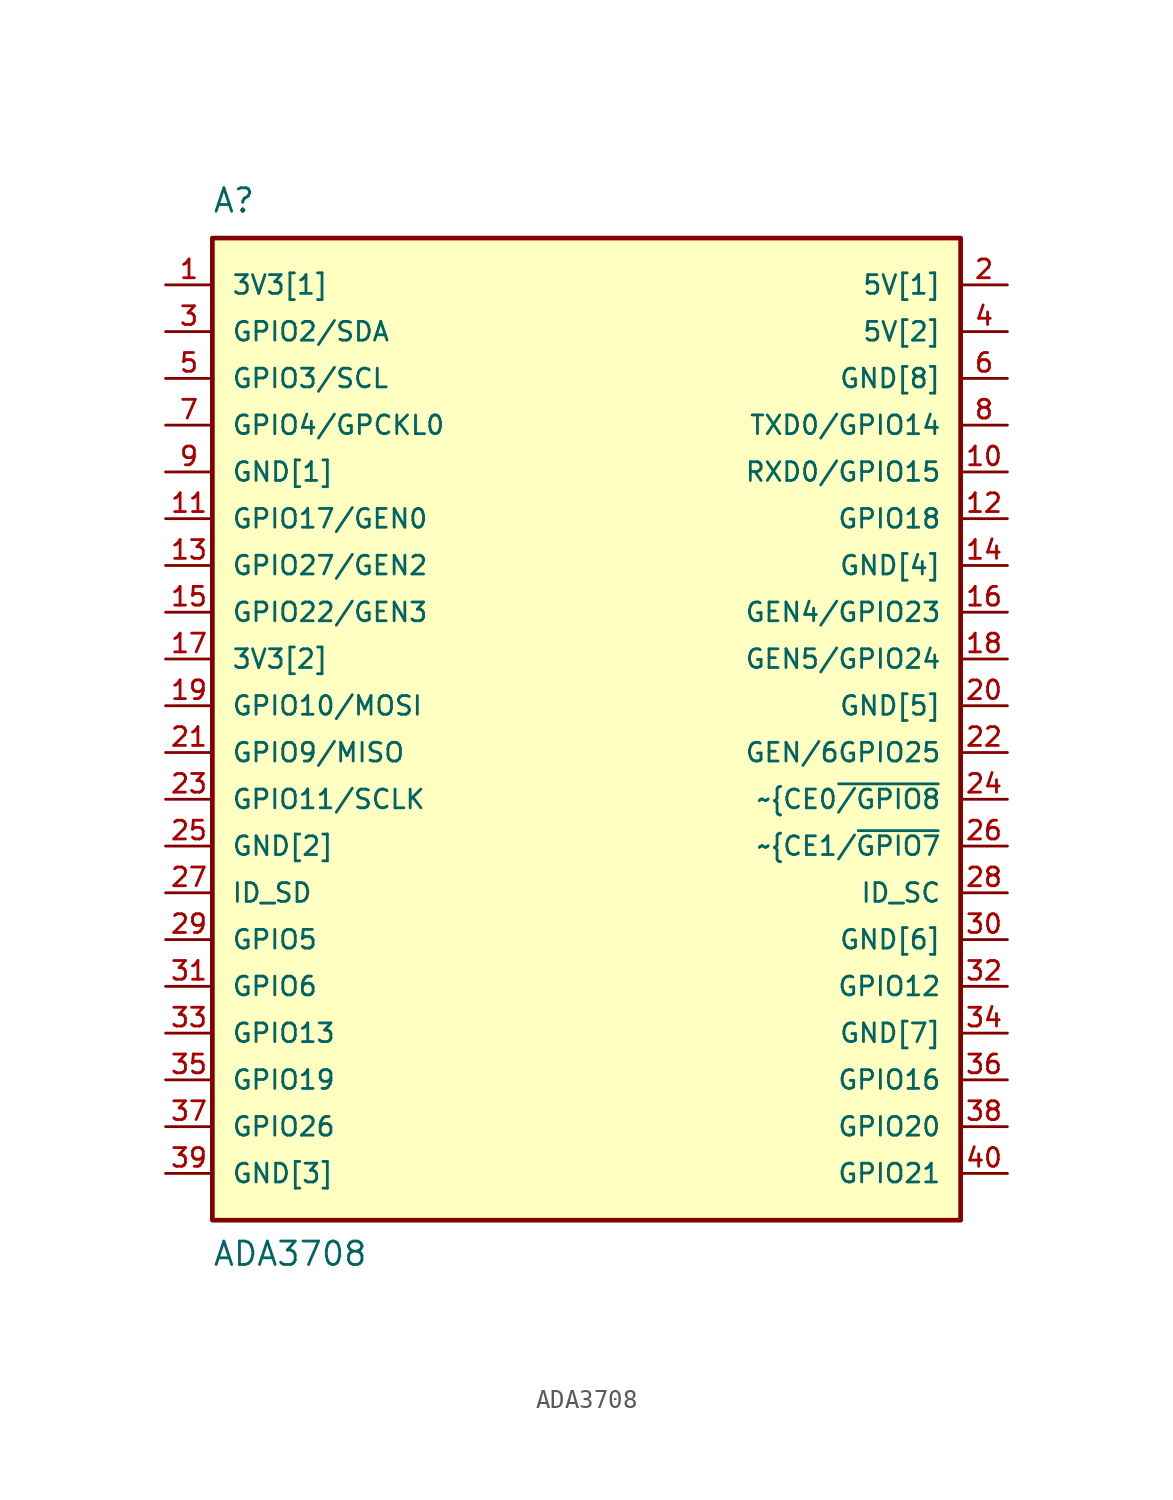
<source format=kicad_sym>
(kicad_symbol_lib
  (version 20211014)
  (generator kicad_symbol_editor)
  (symbol "ADA3708"
    (pin_names
      (offset 1.016))
    (property "Reference" "A"
      (at -20.34 26.696 0)
      (effects (font (size 1.27 1.27)) (justify bottom left)))
    (property "Value" "ADA3708"
      (at -20.339 -30.509 0)
      (effects (font (size 1.27 1.27)) (justify bottom left)))
    (symbol "ADA3708_0_0"
      (rectangle (start -20.32 -27.94) (end 20.32 25.4) (stroke (width 0.254)) (fill (type background)))
      (pin power_in line (at 22.86 22.86 180.0) (length 2.54) (name "5V[1]" (effects (font (size 1.016 1.016)))) (number "2" (effects (font (size 1.016 1.016)))))
      (pin power_in line (at -22.86 22.86 0) (length 2.54) (name "3V3[1]" (effects (font (size 1.016 1.016)))) (number "1" (effects (font (size 1.016 1.016)))))
      (pin bidirectional line (at -22.86 20.32 0) (length 2.54) (name "GPIO2/SDA" (effects (font (size 1.016 1.016)))) (number "3" (effects (font (size 1.016 1.016)))))
      (pin power_in line (at 22.86 20.32 180.0) (length 2.54) (name "5V[2]" (effects (font (size 1.016 1.016)))) (number "4" (effects (font (size 1.016 1.016)))))
      (pin bidirectional line (at -22.86 17.78 0) (length 2.54) (name "GPIO3/SCL" (effects (font (size 1.016 1.016)))) (number "5" (effects (font (size 1.016 1.016)))))
      (pin power_in line (at 22.86 17.78 180.0) (length 2.54) (name "GND[8]" (effects (font (size 1.016 1.016)))) (number "6" (effects (font (size 1.016 1.016)))))
      (pin bidirectional line (at -22.86 15.24 0) (length 2.54) (name "GPIO4/GPCKL0" (effects (font (size 1.016 1.016)))) (number "7" (effects (font (size 1.016 1.016)))))
      (pin bidirectional line (at 22.86 15.24 180.0) (length 2.54) (name "TXD0/GPIO14" (effects (font (size 1.016 1.016)))) (number "8" (effects (font (size 1.016 1.016)))))
      (pin power_in line (at -22.86 12.7 0) (length 2.54) (name "GND[1]" (effects (font (size 1.016 1.016)))) (number "9" (effects (font (size 1.016 1.016)))))
      (pin bidirectional line (at 22.86 12.7 180.0) (length 2.54) (name "RXD0/GPIO15" (effects (font (size 1.016 1.016)))) (number "10" (effects (font (size 1.016 1.016)))))
      (pin bidirectional line (at -22.86 10.16 0) (length 2.54) (name "GPIO17/GEN0" (effects (font (size 1.016 1.016)))) (number "11" (effects (font (size 1.016 1.016)))))
      (pin bidirectional line (at 22.86 10.16 180.0) (length 2.54) (name "GPIO18" (effects (font (size 1.016 1.016)))) (number "12" (effects (font (size 1.016 1.016)))))
      (pin bidirectional line (at -22.86 7.62 0) (length 2.54) (name "GPIO27/GEN2" (effects (font (size 1.016 1.016)))) (number "13" (effects (font (size 1.016 1.016)))))
      (pin power_in line (at 22.86 7.62 180.0) (length 2.54) (name "GND[4]" (effects (font (size 1.016 1.016)))) (number "14" (effects (font (size 1.016 1.016)))))
      (pin bidirectional line (at -22.86 5.08 0) (length 2.54) (name "GPIO22/GEN3" (effects (font (size 1.016 1.016)))) (number "15" (effects (font (size 1.016 1.016)))))
      (pin bidirectional line (at 22.86 5.08 180.0) (length 2.54) (name "GEN4/GPIO23" (effects (font (size 1.016 1.016)))) (number "16" (effects (font (size 1.016 1.016)))))
      (pin power_in line (at -22.86 2.54 0) (length 2.54) (name "3V3[2]" (effects (font (size 1.016 1.016)))) (number "17" (effects (font (size 1.016 1.016)))))
      (pin bidirectional line (at 22.86 2.54 180.0) (length 2.54) (name "GEN5/GPIO24" (effects (font (size 1.016 1.016)))) (number "18" (effects (font (size 1.016 1.016)))))
      (pin bidirectional line (at -22.86 0.0 0) (length 2.54) (name "GPIO10/MOSI" (effects (font (size 1.016 1.016)))) (number "19" (effects (font (size 1.016 1.016)))))
      (pin power_in line (at 22.86 0.0 180.0) (length 2.54) (name "GND[5]" (effects (font (size 1.016 1.016)))) (number "20" (effects (font (size 1.016 1.016)))))
      (pin bidirectional line (at -22.86 -2.54 0) (length 2.54) (name "GPIO9/MISO" (effects (font (size 1.016 1.016)))) (number "21" (effects (font (size 1.016 1.016)))))
      (pin bidirectional line (at 22.86 -2.54 180.0) (length 2.54) (name "GEN/6GPIO25" (effects (font (size 1.016 1.016)))) (number "22" (effects (font (size 1.016 1.016)))))
      (pin bidirectional line (at -22.86 -5.08 0) (length 2.54) (name "GPIO11/SCLK" (effects (font (size 1.016 1.016)))) (number "23" (effects (font (size 1.016 1.016)))))
      (pin bidirectional line (at 22.86 -5.08 180.0) (length 2.54) (name "~{CE0~{/GPIO8}" (effects (font (size 1.016 1.016)))) (number "24" (effects (font (size 1.016 1.016)))))
      (pin power_in line (at -22.86 -7.62 0) (length 2.54) (name "GND[2]" (effects (font (size 1.016 1.016)))) (number "25" (effects (font (size 1.016 1.016)))))
      (pin bidirectional line (at 22.86 -7.62 180.0) (length 2.54) (name "~{CE1/~{GPIO7}" (effects (font (size 1.016 1.016)))) (number "26" (effects (font (size 1.016 1.016)))))
      (pin bidirectional line (at -22.86 -10.16 0) (length 2.54) (name "ID_SD" (effects (font (size 1.016 1.016)))) (number "27" (effects (font (size 1.016 1.016)))))
      (pin bidirectional line (at 22.86 -10.16 180.0) (length 2.54) (name "ID_SC" (effects (font (size 1.016 1.016)))) (number "28" (effects (font (size 1.016 1.016)))))
      (pin bidirectional line (at -22.86 -12.7 0) (length 2.54) (name "GPIO5" (effects (font (size 1.016 1.016)))) (number "29" (effects (font (size 1.016 1.016)))))
      (pin power_in line (at 22.86 -12.7 180.0) (length 2.54) (name "GND[6]" (effects (font (size 1.016 1.016)))) (number "30" (effects (font (size 1.016 1.016)))))
      (pin bidirectional line (at -22.86 -15.24 0) (length 2.54) (name "GPIO6" (effects (font (size 1.016 1.016)))) (number "31" (effects (font (size 1.016 1.016)))))
      (pin bidirectional line (at 22.86 -15.24 180.0) (length 2.54) (name "GPIO12" (effects (font (size 1.016 1.016)))) (number "32" (effects (font (size 1.016 1.016)))))
      (pin bidirectional line (at -22.86 -17.78 0) (length 2.54) (name "GPIO13" (effects (font (size 1.016 1.016)))) (number "33" (effects (font (size 1.016 1.016)))))
      (pin power_in line (at 22.86 -17.78 180.0) (length 2.54) (name "GND[7]" (effects (font (size 1.016 1.016)))) (number "34" (effects (font (size 1.016 1.016)))))
      (pin bidirectional line (at -22.86 -20.32 0) (length 2.54) (name "GPIO19" (effects (font (size 1.016 1.016)))) (number "35" (effects (font (size 1.016 1.016)))))
      (pin bidirectional line (at 22.86 -20.32 180.0) (length 2.54) (name "GPIO16" (effects (font (size 1.016 1.016)))) (number "36" (effects (font (size 1.016 1.016)))))
      (pin bidirectional line (at -22.86 -22.86 0) (length 2.54) (name "GPIO26" (effects (font (size 1.016 1.016)))) (number "37" (effects (font (size 1.016 1.016)))))
      (pin bidirectional line (at 22.86 -22.86 180.0) (length 2.54) (name "GPIO20" (effects (font (size 1.016 1.016)))) (number "38" (effects (font (size 1.016 1.016)))))
      (pin power_in line (at -22.86 -25.4 0) (length 2.54) (name "GND[3]" (effects (font (size 1.016 1.016)))) (number "39" (effects (font (size 1.016 1.016)))))
      (pin bidirectional line (at 22.86 -25.4 180.0) (length 2.54) (name "GPIO21" (effects (font (size 1.016 1.016)))) (number "40" (effects (font (size 1.016 1.016))))))))
</source>
